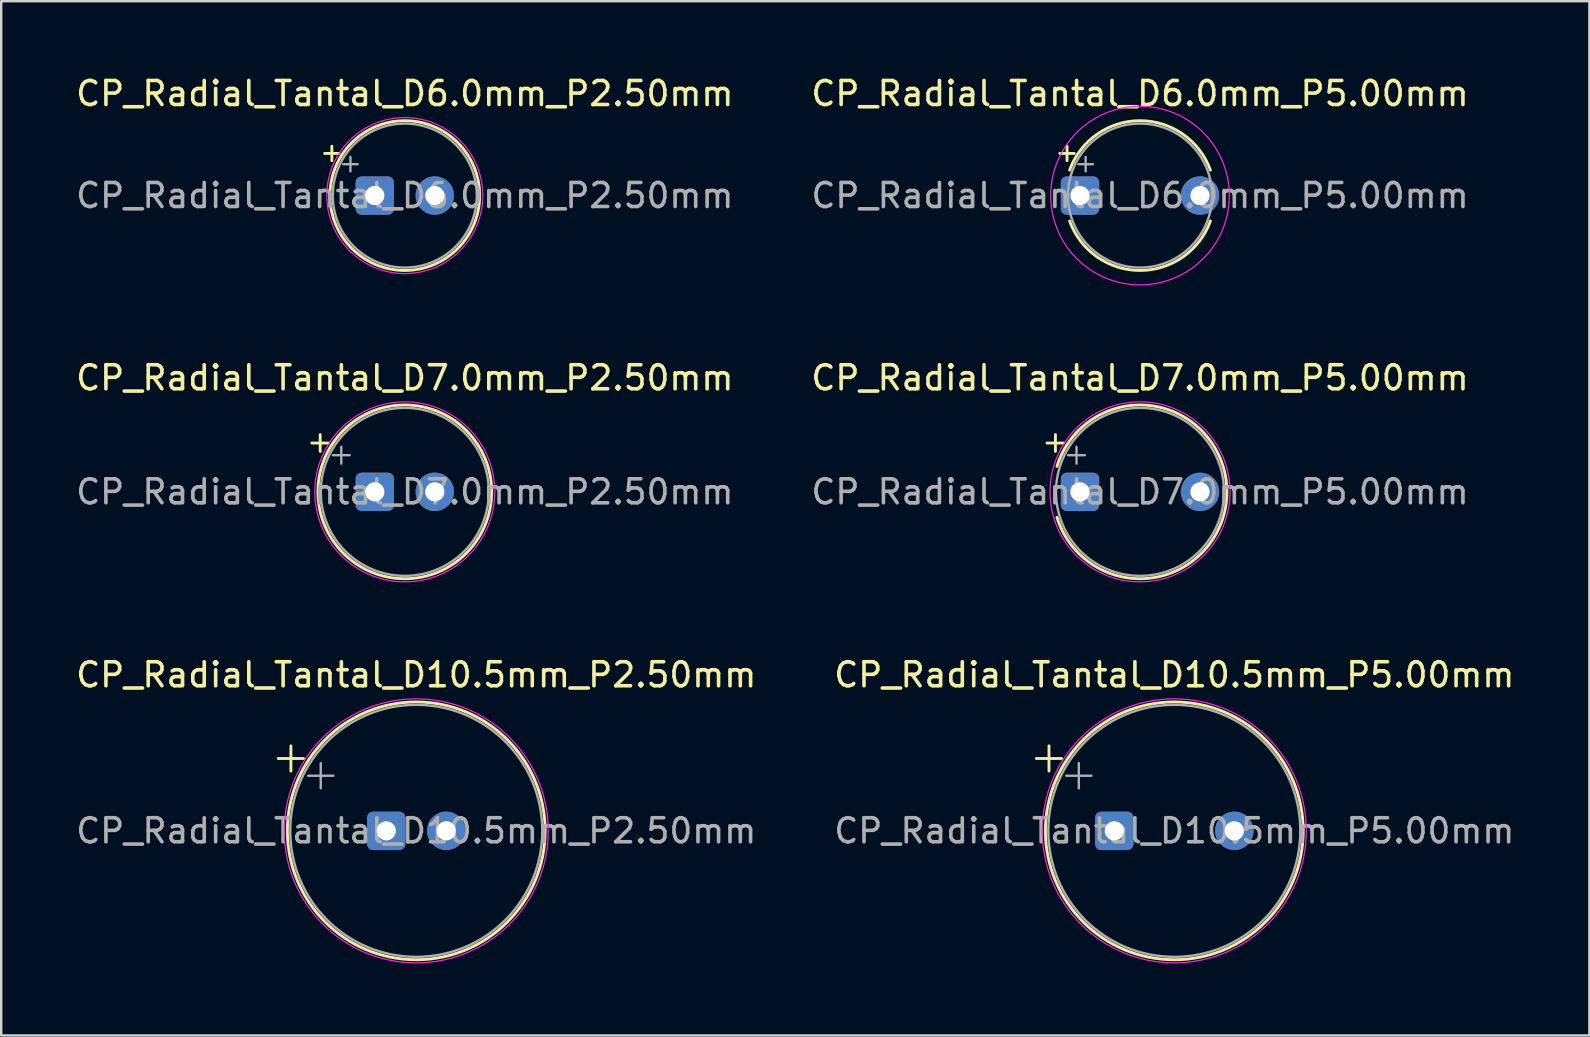
<source format=kicad_pcb>
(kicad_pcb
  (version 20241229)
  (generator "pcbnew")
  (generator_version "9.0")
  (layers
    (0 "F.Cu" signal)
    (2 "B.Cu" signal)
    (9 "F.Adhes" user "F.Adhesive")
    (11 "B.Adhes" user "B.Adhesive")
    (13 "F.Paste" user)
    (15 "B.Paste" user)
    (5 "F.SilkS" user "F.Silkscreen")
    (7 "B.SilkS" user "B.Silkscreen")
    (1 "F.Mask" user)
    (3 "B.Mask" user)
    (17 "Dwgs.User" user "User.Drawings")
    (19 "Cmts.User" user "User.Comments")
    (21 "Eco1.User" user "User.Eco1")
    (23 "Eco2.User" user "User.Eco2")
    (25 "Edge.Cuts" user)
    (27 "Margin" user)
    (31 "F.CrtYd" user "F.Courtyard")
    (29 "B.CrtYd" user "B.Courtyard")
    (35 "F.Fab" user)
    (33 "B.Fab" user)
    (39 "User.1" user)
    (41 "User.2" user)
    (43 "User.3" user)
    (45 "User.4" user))
  (footprint "CP_Radial_Tantal_D6.0mm_P5.00mm"
    (layer "F.Cu")
    (at 41.946 5.098)
    (property "Reference" "CP_Radial_Tantal_D6.0mm_P5.00mm" (at 2.5 -4.25 0) (layer "F.SilkS") (effects (font (size 1 1) (thickness 0.15))))
    (attr through_hole)
    (fp_line (start -0.84 -1.755) (end -0.24 -1.755) (stroke (width 0.12) (type solid)) (layer "F.SilkS"))
    (fp_line (start -0.54 -2.055) (end -0.54 -1.455) (stroke (width 0.12) (type solid)) (layer "F.SilkS"))
    (fp_arc (start -0.434416 -1.06) (mid 2.5 -3.12) (end 5.434416 -1.06) (stroke (width 0.12) (type solid)) (layer "F.SilkS"))
    (fp_arc (start 5.434416 1.06) (mid 2.5 3.12) (end -0.434416 1.06) (stroke (width 0.12) (type solid)) (layer "F.SilkS"))
    (fp_circle (center 2.5 0) (end 6.22 0) (stroke (width 0.05) (type solid)) (fill no) (layer "F.CrtYd"))
    (fp_line (start -0.065 -1.308) (end 0.535 -1.308) (stroke (width 0.1) (type solid)) (layer "F.Fab"))
    (fp_line (start 0.235 -1.607) (end 0.235 -1.008) (stroke (width 0.1) (type solid)) (layer "F.Fab"))
    (fp_circle (center 2.5 0) (end 5.5 0) (stroke (width 0.1) (type solid)) (fill no) (layer "F.Fab"))
    (fp_text user "${REFERENCE}" (at 2.5 0 0) (layer "F.Fab") (effects (font (size 1 1) (thickness 0.15))))
    (pad "1" thru_hole roundrect (at 0 0) (size 1.6 1.6) (drill 0.8) (layers "*.Cu" "*.Mask") (roundrect_rratio 0.156))
    (pad "2" thru_hole circle (at 5 0) (size 1.6 1.6) (drill 0.8) (layers "*.Cu" "*.Mask")))
  (footprint "CP_Radial_Tantal_D10.5mm_P2.50mm"
    (layer "F.Cu")
    (at 13.042 31.565)
    (property "Reference" "CP_Radial_Tantal_D10.5mm_P2.50mm" (at 1.25 -6.5 0) (layer "F.SilkS") (effects (font (size 1 1) (thickness 0.15))))
    (attr through_hole)
    (fp_line (start -4.497 -3.015) (end -3.447 -3.015) (stroke (width 0.12) (type solid)) (layer "F.SilkS"))
    (fp_line (start -3.972 -3.54) (end -3.972 -2.49) (stroke (width 0.12) (type solid)) (layer "F.SilkS"))
    (fp_circle (center 1.25 0) (end 6.62 0) (stroke (width 0.12) (type solid)) (fill no) (layer "F.SilkS"))
    (fp_circle (center 1.25 0) (end 6.75 0) (stroke (width 0.05) (type solid)) (fill no) (layer "F.CrtYd"))
    (fp_line (start -3.254 -2.297) (end -2.204 -2.297) (stroke (width 0.1) (type solid)) (layer "F.Fab"))
    (fp_line (start -2.729 -2.822) (end -2.729 -1.772) (stroke (width 0.1) (type solid)) (layer "F.Fab"))
    (fp_circle (center 1.25 0) (end 6.5 0) (stroke (width 0.1) (type solid)) (fill no) (layer "F.Fab"))
    (fp_text user "${REFERENCE}" (at 1.25 0 0) (layer "F.Fab") (effects (font (size 1 1) (thickness 0.15))))
    (pad "1" thru_hole roundrect (at 0 0) (size 1.6 1.6) (drill 0.8) (layers "*.Cu" "*.Mask") (roundrect_rratio 0.156))
    (pad "2" thru_hole circle (at 2.5 0) (size 1.6 1.6) (drill 0.8) (layers "*.Cu" "*.Mask")))
  (footprint "CP_Radial_Tantal_D7.0mm_P2.50mm"
    (layer "F.Cu")
    (at 12.565 17.442)
    (property "Reference" "CP_Radial_Tantal_D7.0mm_P2.50mm" (at 1.25 -4.75 0) (layer "F.SilkS") (effects (font (size 1 1) (thickness 0.15))))
    (attr through_hole)
    (fp_line (start -2.625 -2.035) (end -1.925 -2.035) (stroke (width 0.12) (type solid)) (layer "F.SilkS"))
    (fp_line (start -2.275 -2.385) (end -2.275 -1.685) (stroke (width 0.12) (type solid)) (layer "F.SilkS"))
    (fp_circle (center 1.25 0) (end 4.87 0) (stroke (width 0.12) (type solid)) (fill no) (layer "F.SilkS"))
    (fp_circle (center 1.25 0) (end 5 0) (stroke (width 0.05) (type solid)) (fill no) (layer "F.CrtYd"))
    (fp_line (start -1.746 -1.528) (end -1.046 -1.528) (stroke (width 0.1) (type solid)) (layer "F.Fab"))
    (fp_line (start -1.396 -1.877) (end -1.396 -1.177) (stroke (width 0.1) (type solid)) (layer "F.Fab"))
    (fp_circle (center 1.25 0) (end 4.75 0) (stroke (width 0.1) (type solid)) (fill no) (layer "F.Fab"))
    (fp_text user "${REFERENCE}" (at 1.25 0 0) (layer "F.Fab") (effects (font (size 1 1) (thickness 0.15))))
    (pad "1" thru_hole roundrect (at 0 0) (size 1.6 1.6) (drill 0.8) (layers "*.Cu" "*.Mask") (roundrect_rratio 0.156))
    (pad "2" thru_hole circle (at 2.5 0) (size 1.6 1.6) (drill 0.8) (layers "*.Cu" "*.Mask")))
  (footprint "CP_Radial_Tantal_D7.0mm_P5.00mm"
    (layer "F.Cu")
    (at 41.946 17.442)
    (property "Reference" "CP_Radial_Tantal_D7.0mm_P5.00mm" (at 2.5 -4.75 0) (layer "F.SilkS") (effects (font (size 1 1) (thickness 0.15))))
    (attr through_hole)
    (fp_line (start -1.375 -2.035) (end -0.675 -2.035) (stroke (width 0.12) (type solid)) (layer "F.SilkS"))
    (fp_line (start -1.025 -2.385) (end -1.025 -1.685) (stroke (width 0.12) (type solid)) (layer "F.SilkS"))
    (fp_arc (start -0.961329 -1.06) (mid 6.12 0) (end -0.961329 1.06) (stroke (width 0.12) (type solid)) (layer "F.SilkS"))
    (fp_circle (center 2.5 0) (end 6.25 0) (stroke (width 0.05) (type solid)) (fill no) (layer "F.CrtYd"))
    (fp_line (start -0.496 -1.528) (end 0.204 -1.528) (stroke (width 0.1) (type solid)) (layer "F.Fab"))
    (fp_line (start -0.146 -1.877) (end -0.146 -1.177) (stroke (width 0.1) (type solid)) (layer "F.Fab"))
    (fp_circle (center 2.5 0) (end 6 0) (stroke (width 0.1) (type solid)) (fill no) (layer "F.Fab"))
    (fp_text user "${REFERENCE}" (at 2.5 0 0) (layer "F.Fab") (effects (font (size 1 1) (thickness 0.15))))
    (pad "1" thru_hole roundrect (at 0 0) (size 1.6 1.6) (drill 0.8) (layers "*.Cu" "*.Mask") (roundrect_rratio 0.156))
    (pad "2" thru_hole circle (at 5 0) (size 1.6 1.6) (drill 0.8) (layers "*.Cu" "*.Mask")))
  (footprint "CP_Radial_Tantal_D10.5mm_P5.00mm"
    (layer "F.Cu")
    (at 43.375 31.565)
    (property "Reference" "CP_Radial_Tantal_D10.5mm_P5.00mm" (at 2.5 -6.5 0) (layer "F.SilkS") (effects (font (size 1 1) (thickness 0.15))))
    (attr through_hole)
    (fp_line (start -3.247 -3.015) (end -2.197 -3.015) (stroke (width 0.12) (type solid)) (layer "F.SilkS"))
    (fp_line (start -2.722 -3.54) (end -2.722 -2.49) (stroke (width 0.12) (type solid)) (layer "F.SilkS"))
    (fp_circle (center 2.5 0) (end 7.87 0) (stroke (width 0.12) (type solid)) (fill no) (layer "F.SilkS"))
    (fp_circle (center 2.5 0) (end 8 0) (stroke (width 0.05) (type solid)) (fill no) (layer "F.CrtYd"))
    (fp_line (start -2.004 -2.297) (end -0.954 -2.297) (stroke (width 0.1) (type solid)) (layer "F.Fab"))
    (fp_line (start -1.479 -2.822) (end -1.479 -1.772) (stroke (width 0.1) (type solid)) (layer "F.Fab"))
    (fp_circle (center 2.5 0) (end 7.75 0) (stroke (width 0.1) (type solid)) (fill no) (layer "F.Fab"))
    (fp_text user "${REFERENCE}" (at 2.5 0 0) (layer "F.Fab") (effects (font (size 1 1) (thickness 0.15))))
    (pad "1" thru_hole roundrect (at 0 0) (size 1.6 1.6) (drill 0.8) (layers "*.Cu" "*.Mask") (roundrect_rratio 0.156))
    (pad "2" thru_hole circle (at 5 0) (size 1.6 1.6) (drill 0.8) (layers "*.Cu" "*.Mask")))
  (footprint "CP_Radial_Tantal_D6.0mm_P2.50mm"
    (layer "F.Cu")
    (at 12.565 5.098)
    (property "Reference" "CP_Radial_Tantal_D6.0mm_P2.50mm" (at 1.25 -4.25 0) (layer "F.SilkS") (effects (font (size 1 1) (thickness 0.15))))
    (attr through_hole)
    (fp_line (start -2.09 -1.755) (end -1.49 -1.755) (stroke (width 0.12) (type solid)) (layer "F.SilkS"))
    (fp_line (start -1.79 -2.055) (end -1.79 -1.455) (stroke (width 0.12) (type solid)) (layer "F.SilkS"))
    (fp_circle (center 1.25 0) (end 4.37 0) (stroke (width 0.12) (type solid)) (fill no) (layer "F.SilkS"))
    (fp_circle (center 1.25 0) (end 4.5 0) (stroke (width 0.05) (type solid)) (fill no) (layer "F.CrtYd"))
    (fp_line (start -1.315 -1.308) (end -0.715 -1.308) (stroke (width 0.1) (type solid)) (layer "F.Fab"))
    (fp_line (start -1.015 -1.607) (end -1.015 -1.008) (stroke (width 0.1) (type solid)) (layer "F.Fab"))
    (fp_circle (center 1.25 0) (end 4.25 0) (stroke (width 0.1) (type solid)) (fill no) (layer "F.Fab"))
    (fp_text user "${REFERENCE}" (at 1.25 0 0) (layer "F.Fab") (effects (font (size 1 1) (thickness 0.15))))
    (pad "1" thru_hole roundrect (at 0 0) (size 1.6 1.6) (drill 0.8) (layers "*.Cu" "*.Mask") (roundrect_rratio 0.156))
    (pad "2" thru_hole circle (at 2.5 0) (size 1.6 1.6) (drill 0.8) (layers "*.Cu" "*.Mask")))
  (gr_rect
    (start -3 -3)
    (end 63.167 40.09)
    (stroke (width 0.1) (type default))
    (fill no)
    (layer "Edge.Cuts")))
</source>
